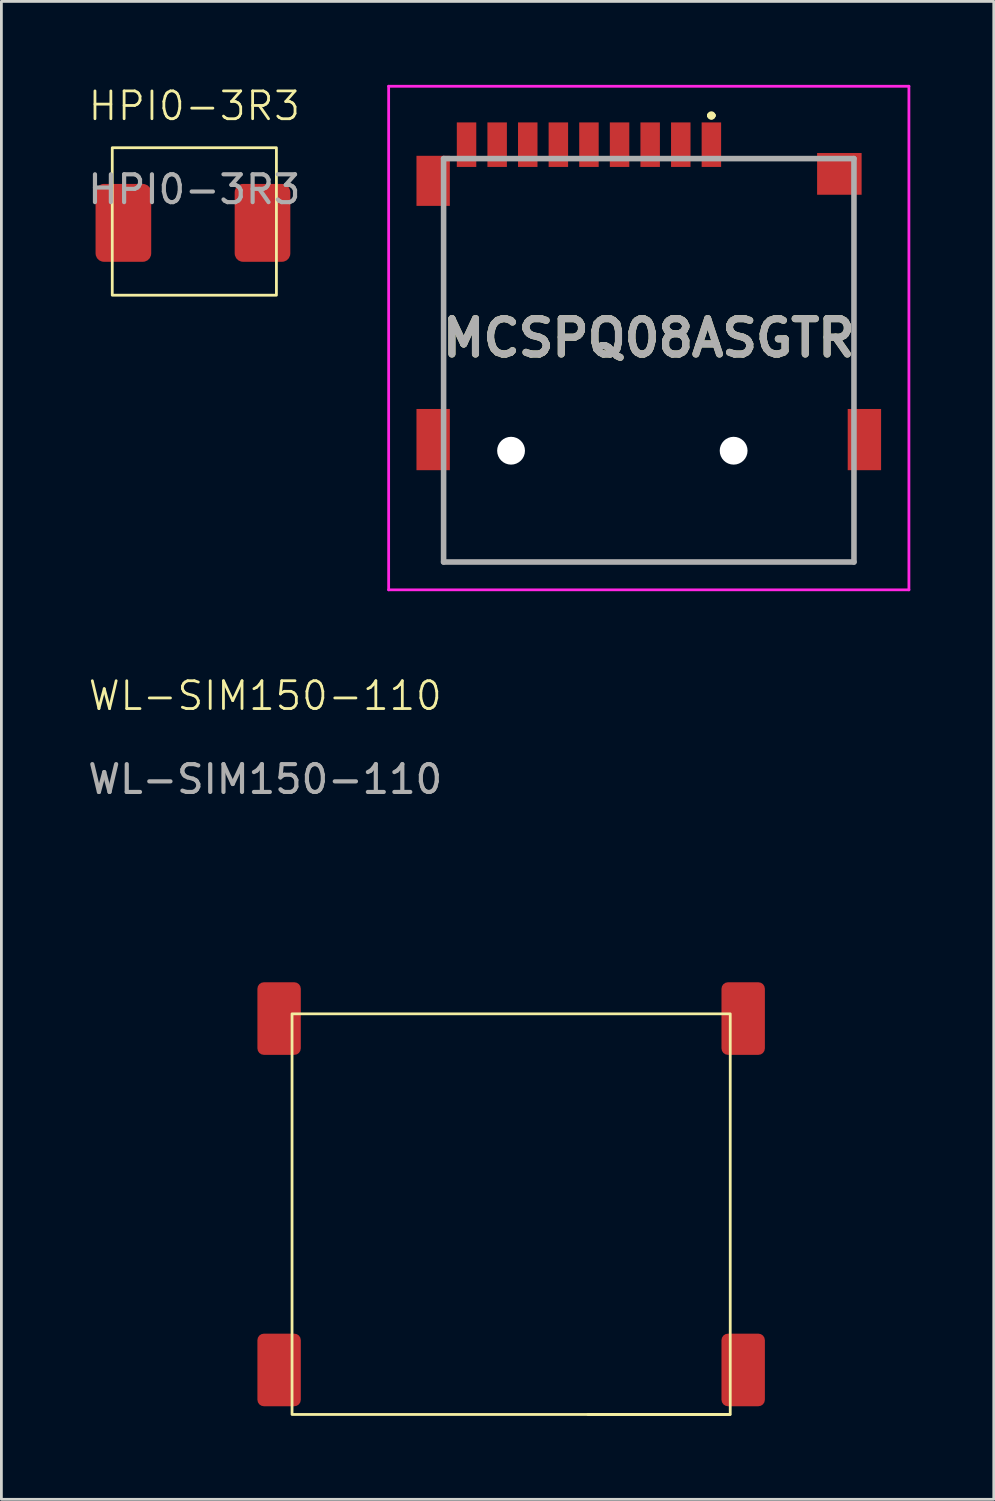
<source format=kicad_pcb>
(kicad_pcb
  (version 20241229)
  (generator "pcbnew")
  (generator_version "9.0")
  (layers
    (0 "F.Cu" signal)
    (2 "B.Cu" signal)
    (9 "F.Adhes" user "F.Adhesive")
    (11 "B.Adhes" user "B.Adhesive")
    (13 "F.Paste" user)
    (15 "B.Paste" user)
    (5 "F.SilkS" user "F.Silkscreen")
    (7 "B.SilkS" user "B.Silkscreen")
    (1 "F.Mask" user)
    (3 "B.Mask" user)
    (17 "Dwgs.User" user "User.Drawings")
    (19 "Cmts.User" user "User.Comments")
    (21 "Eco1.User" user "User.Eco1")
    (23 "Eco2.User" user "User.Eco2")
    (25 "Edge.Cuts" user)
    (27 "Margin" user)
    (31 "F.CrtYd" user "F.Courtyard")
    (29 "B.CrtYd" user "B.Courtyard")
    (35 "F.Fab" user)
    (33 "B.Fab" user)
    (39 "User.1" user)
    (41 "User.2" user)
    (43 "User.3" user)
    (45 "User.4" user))
  (footprint "MCSPQ08ASGTR"
    (layer "F.Cu")
    (at 20.269 9.9)
    (property "Reference" "MCSPQ08ASGTR" (at 0 -0.8 0) (layer "F.SilkS") (effects (font (size 1.27 1.27) (thickness 0.254))))
    (attr through_hole)
    (fp_line (start -7.375 -5) (end -7.375 -5) (stroke (width 0.1) (type solid)) (layer "F.SilkS"))
    (fp_line (start -7.375 -5) (end -7.375 1.25) (stroke (width 0.1) (type solid)) (layer "F.SilkS"))
    (fp_line (start -7.375 1.25) (end -7.375 -5) (stroke (width 0.1) (type solid)) (layer "F.SilkS"))
    (fp_line (start -7.375 1.25) (end -7.375 1.25) (stroke (width 0.1) (type solid)) (layer "F.SilkS"))
    (fp_line (start -7.375 4.5) (end -7.375 4.5) (stroke (width 0.1) (type solid)) (layer "F.SilkS"))
    (fp_line (start -7.375 4.5) (end -7.375 7.25) (stroke (width 0.1) (type solid)) (layer "F.SilkS"))
    (fp_line (start -7.375 7.25) (end -7.375 4.5) (stroke (width 0.1) (type solid)) (layer "F.SilkS"))
    (fp_line (start -7.375 7.25) (end -7.375 7.25) (stroke (width 0.1) (type solid)) (layer "F.SilkS"))
    (fp_line (start -7.375 7.25) (end -7.375 7.25) (stroke (width 0.1) (type solid)) (layer "F.SilkS"))
    (fp_line (start -7.375 7.25) (end 7.375 7.25) (stroke (width 0.1) (type solid)) (layer "F.SilkS"))
    (fp_line (start 2.2 -8.8) (end 2.2 -8.8) (stroke (width 0.2) (type solid)) (layer "F.SilkS"))
    (fp_line (start 2.2 -8.8) (end 2.2 -8.8) (stroke (width 0.2) (type solid)) (layer "F.SilkS"))
    (fp_line (start 2.3 -8.8) (end 2.3 -8.8) (stroke (width 0.2) (type solid)) (layer "F.SilkS"))
    (fp_line (start 3.25 -7.25) (end 3.25 -7.25) (stroke (width 0.1) (type solid)) (layer "F.SilkS"))
    (fp_line (start 3.25 -7.25) (end 5.5 -7.25) (stroke (width 0.1) (type solid)) (layer "F.SilkS"))
    (fp_line (start 5.5 -7.25) (end 3.25 -7.25) (stroke (width 0.1) (type solid)) (layer "F.SilkS"))
    (fp_line (start 5.5 -7.25) (end 5.5 -7.25) (stroke (width 0.1) (type solid)) (layer "F.SilkS"))
    (fp_line (start 7.375 -5.25) (end 7.375 -5.25) (stroke (width 0.1) (type solid)) (layer "F.SilkS"))
    (fp_line (start 7.375 -5.25) (end 7.375 1.25) (stroke (width 0.1) (type solid)) (layer "F.SilkS"))
    (fp_line (start 7.375 1.25) (end 7.375 -5.25) (stroke (width 0.1) (type solid)) (layer "F.SilkS"))
    (fp_line (start 7.375 1.25) (end 7.375 1.25) (stroke (width 0.1) (type solid)) (layer "F.SilkS"))
    (fp_line (start 7.375 4.5) (end 7.375 4.5) (stroke (width 0.1) (type solid)) (layer "F.SilkS"))
    (fp_line (start 7.375 4.5) (end 7.375 7.25) (stroke (width 0.1) (type solid)) (layer "F.SilkS"))
    (fp_line (start 7.375 7.25) (end -7.375 7.25) (stroke (width 0.1) (type solid)) (layer "F.SilkS"))
    (fp_line (start 7.375 7.25) (end 7.375 4.5) (stroke (width 0.1) (type solid)) (layer "F.SilkS"))
    (fp_line (start 7.375 7.25) (end 7.375 7.25) (stroke (width 0.1) (type solid)) (layer "F.SilkS"))
    (fp_line (start 7.375 7.25) (end 7.375 7.25) (stroke (width 0.1) (type solid)) (layer "F.SilkS"))
    (fp_arc (start 2.2 -8.8) (mid 2.25 -8.85) (end 2.3 -8.8) (stroke (width 0.2) (type solid)) (layer "F.SilkS"))
    (fp_arc (start 2.3 -8.8) (mid 2.25 -8.75) (end 2.2 -8.8) (stroke (width 0.2) (type solid)) (layer "F.SilkS"))
    (fp_arc (start 2.3 -8.8) (mid 2.25 -8.75) (end 2.2 -8.8) (stroke (width 0.2) (type solid)) (layer "F.SilkS"))
    (fp_line (start -9.35 -9.85) (end 9.35 -9.85) (stroke (width 0.1) (type solid)) (layer "F.CrtYd"))
    (fp_line (start -9.35 8.25) (end -9.35 -9.85) (stroke (width 0.1) (type solid)) (layer "F.CrtYd"))
    (fp_line (start 9.35 -9.85) (end 9.35 8.25) (stroke (width 0.1) (type solid)) (layer "F.CrtYd"))
    (fp_line (start 9.35 8.25) (end -9.35 8.25) (stroke (width 0.1) (type solid)) (layer "F.CrtYd"))
    (fp_line (start -7.375 -7.25) (end -7.375 7.25) (stroke (width 0.2) (type solid)) (layer "F.Fab"))
    (fp_line (start -7.375 7.25) (end 7.375 7.25) (stroke (width 0.2) (type solid)) (layer "F.Fab"))
    (fp_line (start 7.375 -7.25) (end -7.375 -7.25) (stroke (width 0.2) (type solid)) (layer "F.Fab"))
    (fp_line (start 7.375 7.25) (end 7.375 -7.25) (stroke (width 0.2) (type solid)) (layer "F.Fab"))
    (fp_text user "${REFERENCE}" (at 0 -0.8 0) (layer "F.Fab") (effects (font (size 1.27 1.27) (thickness 0.254))))
    (pad "" np_thru_hole circle (at -4.95 3.25) (size 1 1) (drill 1) (layers "*.Cu" "*.Mask"))
    (pad "" np_thru_hole circle (at 3.05 3.25) (size 1 1) (drill 1) (layers "*.Cu" "*.Mask"))
    (pad "1" smd rect (at 2.25 -7.75) (size 0.7 1.6) (layers "F.Cu" "F.Mask" "F.Paste"))
    (pad "2" smd rect (at 1.15 -7.75) (size 0.7 1.6) (layers "F.Cu" "F.Mask" "F.Paste"))
    (pad "3" smd rect (at 0.05 -7.75) (size 0.7 1.6) (layers "F.Cu" "F.Mask" "F.Paste"))
    (pad "4" smd rect (at -1.05 -7.75) (size 0.7 1.6) (layers "F.Cu" "F.Mask" "F.Paste"))
    (pad "5" smd rect (at -2.15 -7.75) (size 0.7 1.6) (layers "F.Cu" "F.Mask" "F.Paste"))
    (pad "6" smd rect (at -3.25 -7.75) (size 0.7 1.6) (layers "F.Cu" "F.Mask" "F.Paste"))
    (pad "7" smd rect (at -4.35 -7.75) (size 0.7 1.6) (layers "F.Cu" "F.Mask" "F.Paste"))
    (pad "8" smd rect (at -5.45 -7.75) (size 0.7 1.6) (layers "F.Cu" "F.Mask" "F.Paste"))
    (pad "9" smd rect (at -6.55 -7.75) (size 0.7 1.6) (layers "F.Cu" "F.Mask" "F.Paste"))
    (pad "MP1" smd rect (at 6.85 -6.7 90) (size 1.5 1.6) (layers "F.Cu" "F.Mask" "F.Paste"))
    (pad "MP2" smd rect (at -7.75 -6.45) (size 1.2 1.8) (layers "F.Cu" "F.Mask" "F.Paste"))
    (pad "MP3" smd rect (at -7.75 2.85) (size 1.2 2.2) (layers "F.Cu" "F.Mask" "F.Paste"))
    (pad "MP4" smd rect (at 7.75 2.85) (size 1.2 2.2) (layers "F.Cu" "F.Mask" "F.Paste")))
  (footprint "WL-SIM150-110"
    (layer "F.Cu")
    (at 6.982 33.56)
    (property "Reference" "WL-SIM150-110" (at -0.5 -11.6 0) (unlocked yes) (layer "F.SilkS") (effects (font (size 1 1) (thickness 0.1))))
    (attr through_hole)
    (fp_line (start 16.2 14.23) (end 11.1 14.23) (stroke (width 0.1) (type solid)) (layer "F.SilkS"))
    (fp_rect (start 0.465 -0.17) (end 16.215 14.23) (stroke (width 0.1) (type solid)) (fill no) (layer "F.SilkS"))
    (fp_text user "${REFERENCE}" (at -0.5 -8.6 0) (unlocked yes) (layer "F.Fab") (effects (font (size 1 1) (thickness 0.15))))
    (pad "MNT" smd roundrect (at 0 0 90) (size 2.61 1.56) (layers "F.Cu" "F.Mask" "F.Paste") (roundrect_rratio 0.15))
    (pad "MNT" smd roundrect (at 0 12.63 90) (size 2.61 1.56) (layers "F.Cu" "F.Mask" "F.Paste") (roundrect_rratio 0.15))
    (pad "MNT" smd roundrect (at 16.68 0 90) (size 2.61 1.56) (layers "F.Cu" "F.Mask" "F.Paste") (roundrect_rratio 0.15))
    (pad "MNT" smd roundrect (at 16.68 12.63 90) (size 2.61 1.56) (layers "F.Cu" "F.Mask" "F.Paste") (roundrect_rratio 0.15))
    (zone (net_name "") (layer "F.Cu") (hatch edge 0.5) (connect_pads) (min_thickness 0.25) (filled_areas_thickness no) (keepout (tracks not_allowed) (vias not_allowed) (pads not_allowed) (copperpour not_allowed) (footprints allowed)) (placement (enabled no)) (fill) (polygon (pts (xy 12.152 43.73) (xy 13.852 43.73) (xy 13.852 47.31) (xy 12.152 47.31))))
    (zone (net_name "") (layer "F.Cu") (hatch edge 0.5) (connect_pads) (min_thickness 0.25) (filled_areas_thickness no) (keepout (tracks not_allowed) (vias not_allowed) (pads not_allowed) (copperpour not_allowed) (footprints allowed)) (placement (enabled no)) (fill) (polygon (pts (xy 12.302 35.99) (xy 13.702 35.99) (xy 13.702 39.931) (xy 12.302 39.931))))
    (zone (net_name "") (layer "F.Cu") (hatch edge 0.5) (connect_pads) (min_thickness 0.25) (filled_areas_thickness no) (keepout (tracks not_allowed) (vias not_allowed) (pads not_allowed) (copperpour not_allowed) (footprints allowed)) (placement (enabled no)) (fill) (polygon (pts (xy 14.692 43.73) (xy 16.392 43.73) (xy 16.392 47.31) (xy 14.692 47.31))))
    (zone (net_name "") (layer "F.Cu") (hatch edge 0.5) (connect_pads) (min_thickness 0.25) (filled_areas_thickness no) (keepout (tracks not_allowed) (vias not_allowed) (pads not_allowed) (copperpour not_allowed) (footprints allowed)) (placement (enabled no)) (fill) (polygon (pts (xy 14.842 35.99) (xy 16.242 35.99) (xy 16.242 39.931) (xy 14.842 39.931))))
    (zone (net_name "") (layer "F.Cu") (hatch edge 0.5) (connect_pads) (min_thickness 0.25) (filled_areas_thickness no) (keepout (tracks not_allowed) (vias not_allowed) (pads not_allowed) (copperpour not_allowed) (footprints allowed)) (placement (enabled no)) (fill) (polygon (pts (xy 17.232 43.73) (xy 18.932 43.73) (xy 18.932 47.31) (xy 17.232 47.31))))
    (zone (net_name "") (layer "F.Cu") (hatch edge 0.5) (connect_pads) (min_thickness 0.25) (filled_areas_thickness no) (keepout (tracks not_allowed) (vias not_allowed) (pads not_allowed) (copperpour not_allowed) (footprints allowed)) (placement (enabled no)) (fill) (polygon (pts (xy 17.382 36.001) (xy 18.782 36.001) (xy 18.782 39.941) (xy 17.382 39.941)))))
  (footprint "HPI0-3R3"
    (layer "F.Cu")
    (at 1.385 4.96)
    (property "Reference" "HPI0-3R3" (at 2.55 -4.2 0) (unlocked yes) (layer "F.SilkS") (effects (font (size 1 1) (thickness 0.1))))
    (attr smd)
    (fp_rect (start -0.4 -2.7) (end 5.5 2.6) (stroke (width 0.1) (type solid)) (fill no) (layer "F.SilkS"))
    (fp_text user "${REFERENCE}" (at 2.55 -1.2 0) (unlocked yes) (layer "F.Fab") (effects (font (size 1 1) (thickness 0.15))))
    (pad "1" smd roundrect (at 0 0) (size 2 2.8) (layers "F.Cu" "F.Mask" "F.Paste") (roundrect_rratio 0.15))
    (pad "2" smd roundrect (at 5 0) (size 2 2.8) (layers "F.Cu" "F.Mask" "F.Paste") (roundrect_rratio 0.15)))
  (gr_rect
    (start -3 -3)
    (end 32.669 50.84)
    (stroke (width 0.1) (type default))
    (fill no)
    (layer "Edge.Cuts")))
</source>
